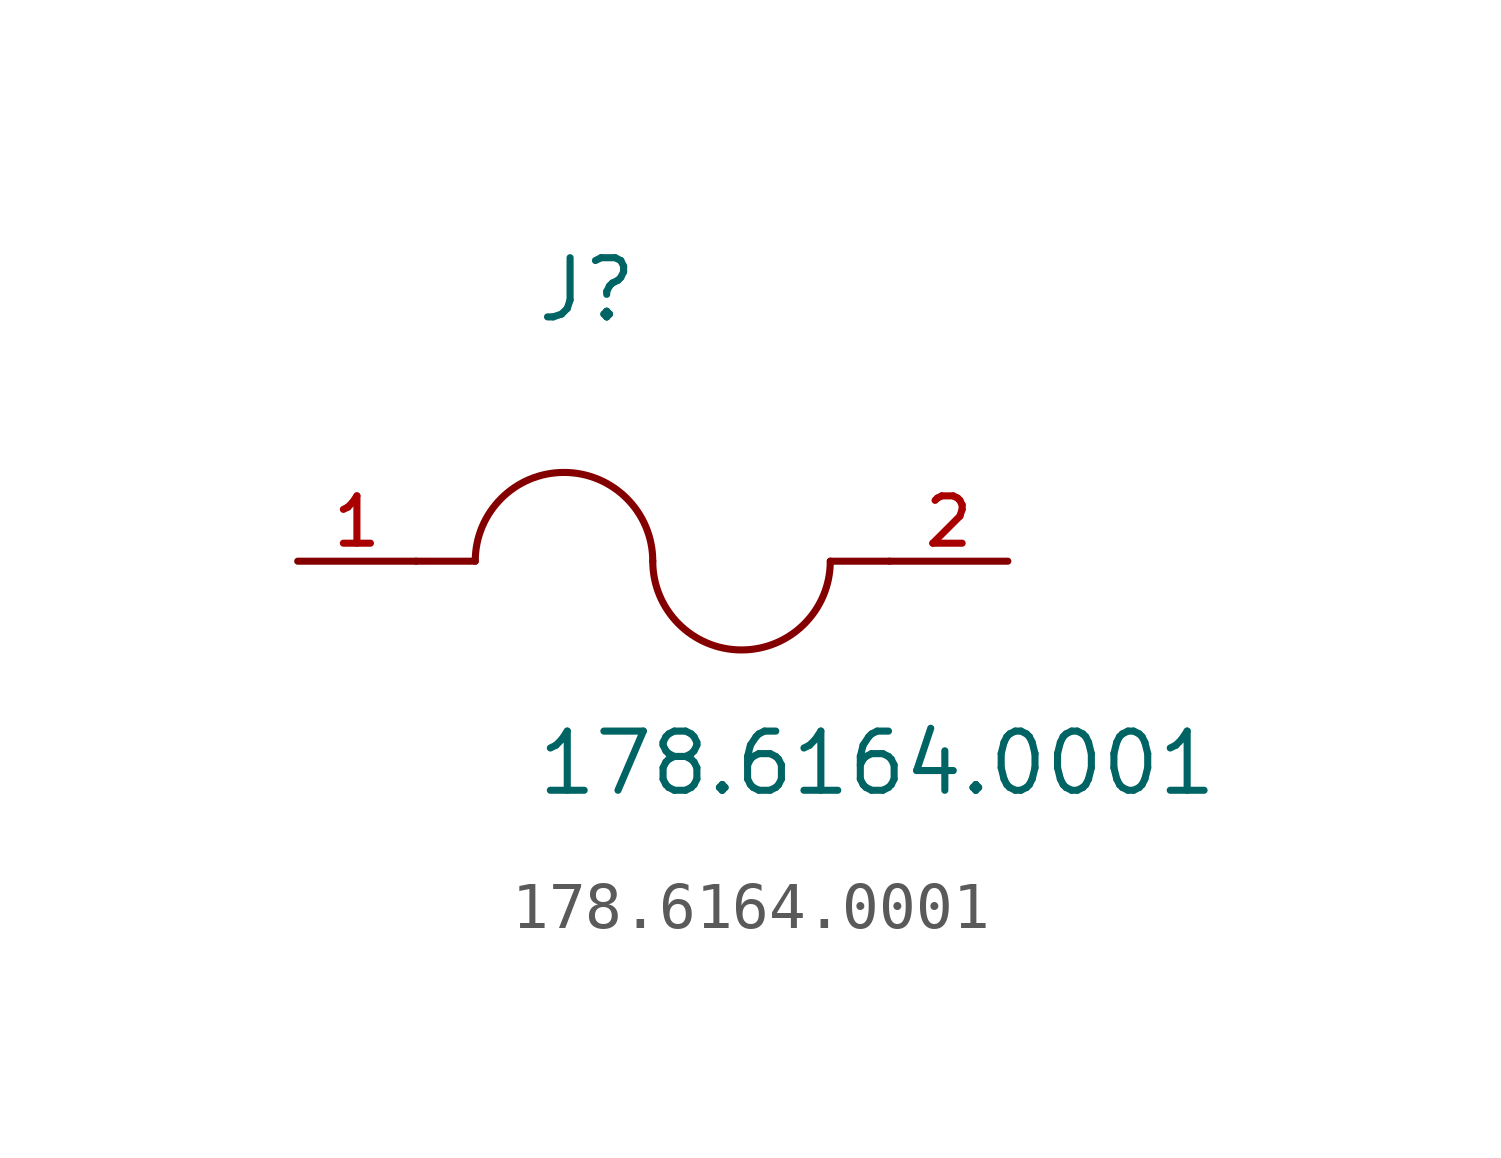
<source format=kicad_sym>
(kicad_symbol_lib
  (version 20220914)
  (generator kicad_symbol_editor)
  (symbol "178.6164.0001"
    (pin_names
      (offset 1.016))
    (property "Reference" "J"
      (at -2.54 5.08 0)
      (effects (font (size 1.27 1.27)) (justify left bottom)))
    (property "Value" "178.6164.0001"
      (at -2.54 -5.08 0)
      (effects (font (size 1.27 1.27)) (justify left bottom)))
    (symbol "178.6164.0001_0_0"
      (arc (start 0 0) (mid -1.905 1.8967) (end -3.81 0) (stroke (width 0.1524) (type default)) (fill (type none)))
      (polyline (pts (xy -5.08 0) (xy -3.81 0)) (stroke (width 0.152) (type default)) (fill (type none)))
      (polyline (pts (xy 5.08 0) (xy 3.81 0)) (stroke (width 0.152) (type default)) (fill (type none)))
      (arc (start 0 0) (mid 1.905 -1.8967) (end 3.81 0) (stroke (width 0.1524) (type default)) (fill (type none)))
      (pin passive line (at -7.62 0 0) (length 2.54) (name "~" (effects (font (size 1.016 1.016)))) (number "1" (effects (font (size 1.016 1.016)))))
      (pin passive line (at 7.62 0 180) (length 2.54) (name "~" (effects (font (size 1.016 1.016)))) (number "2" (effects (font (size 1.016 1.016))))))))
</source>
